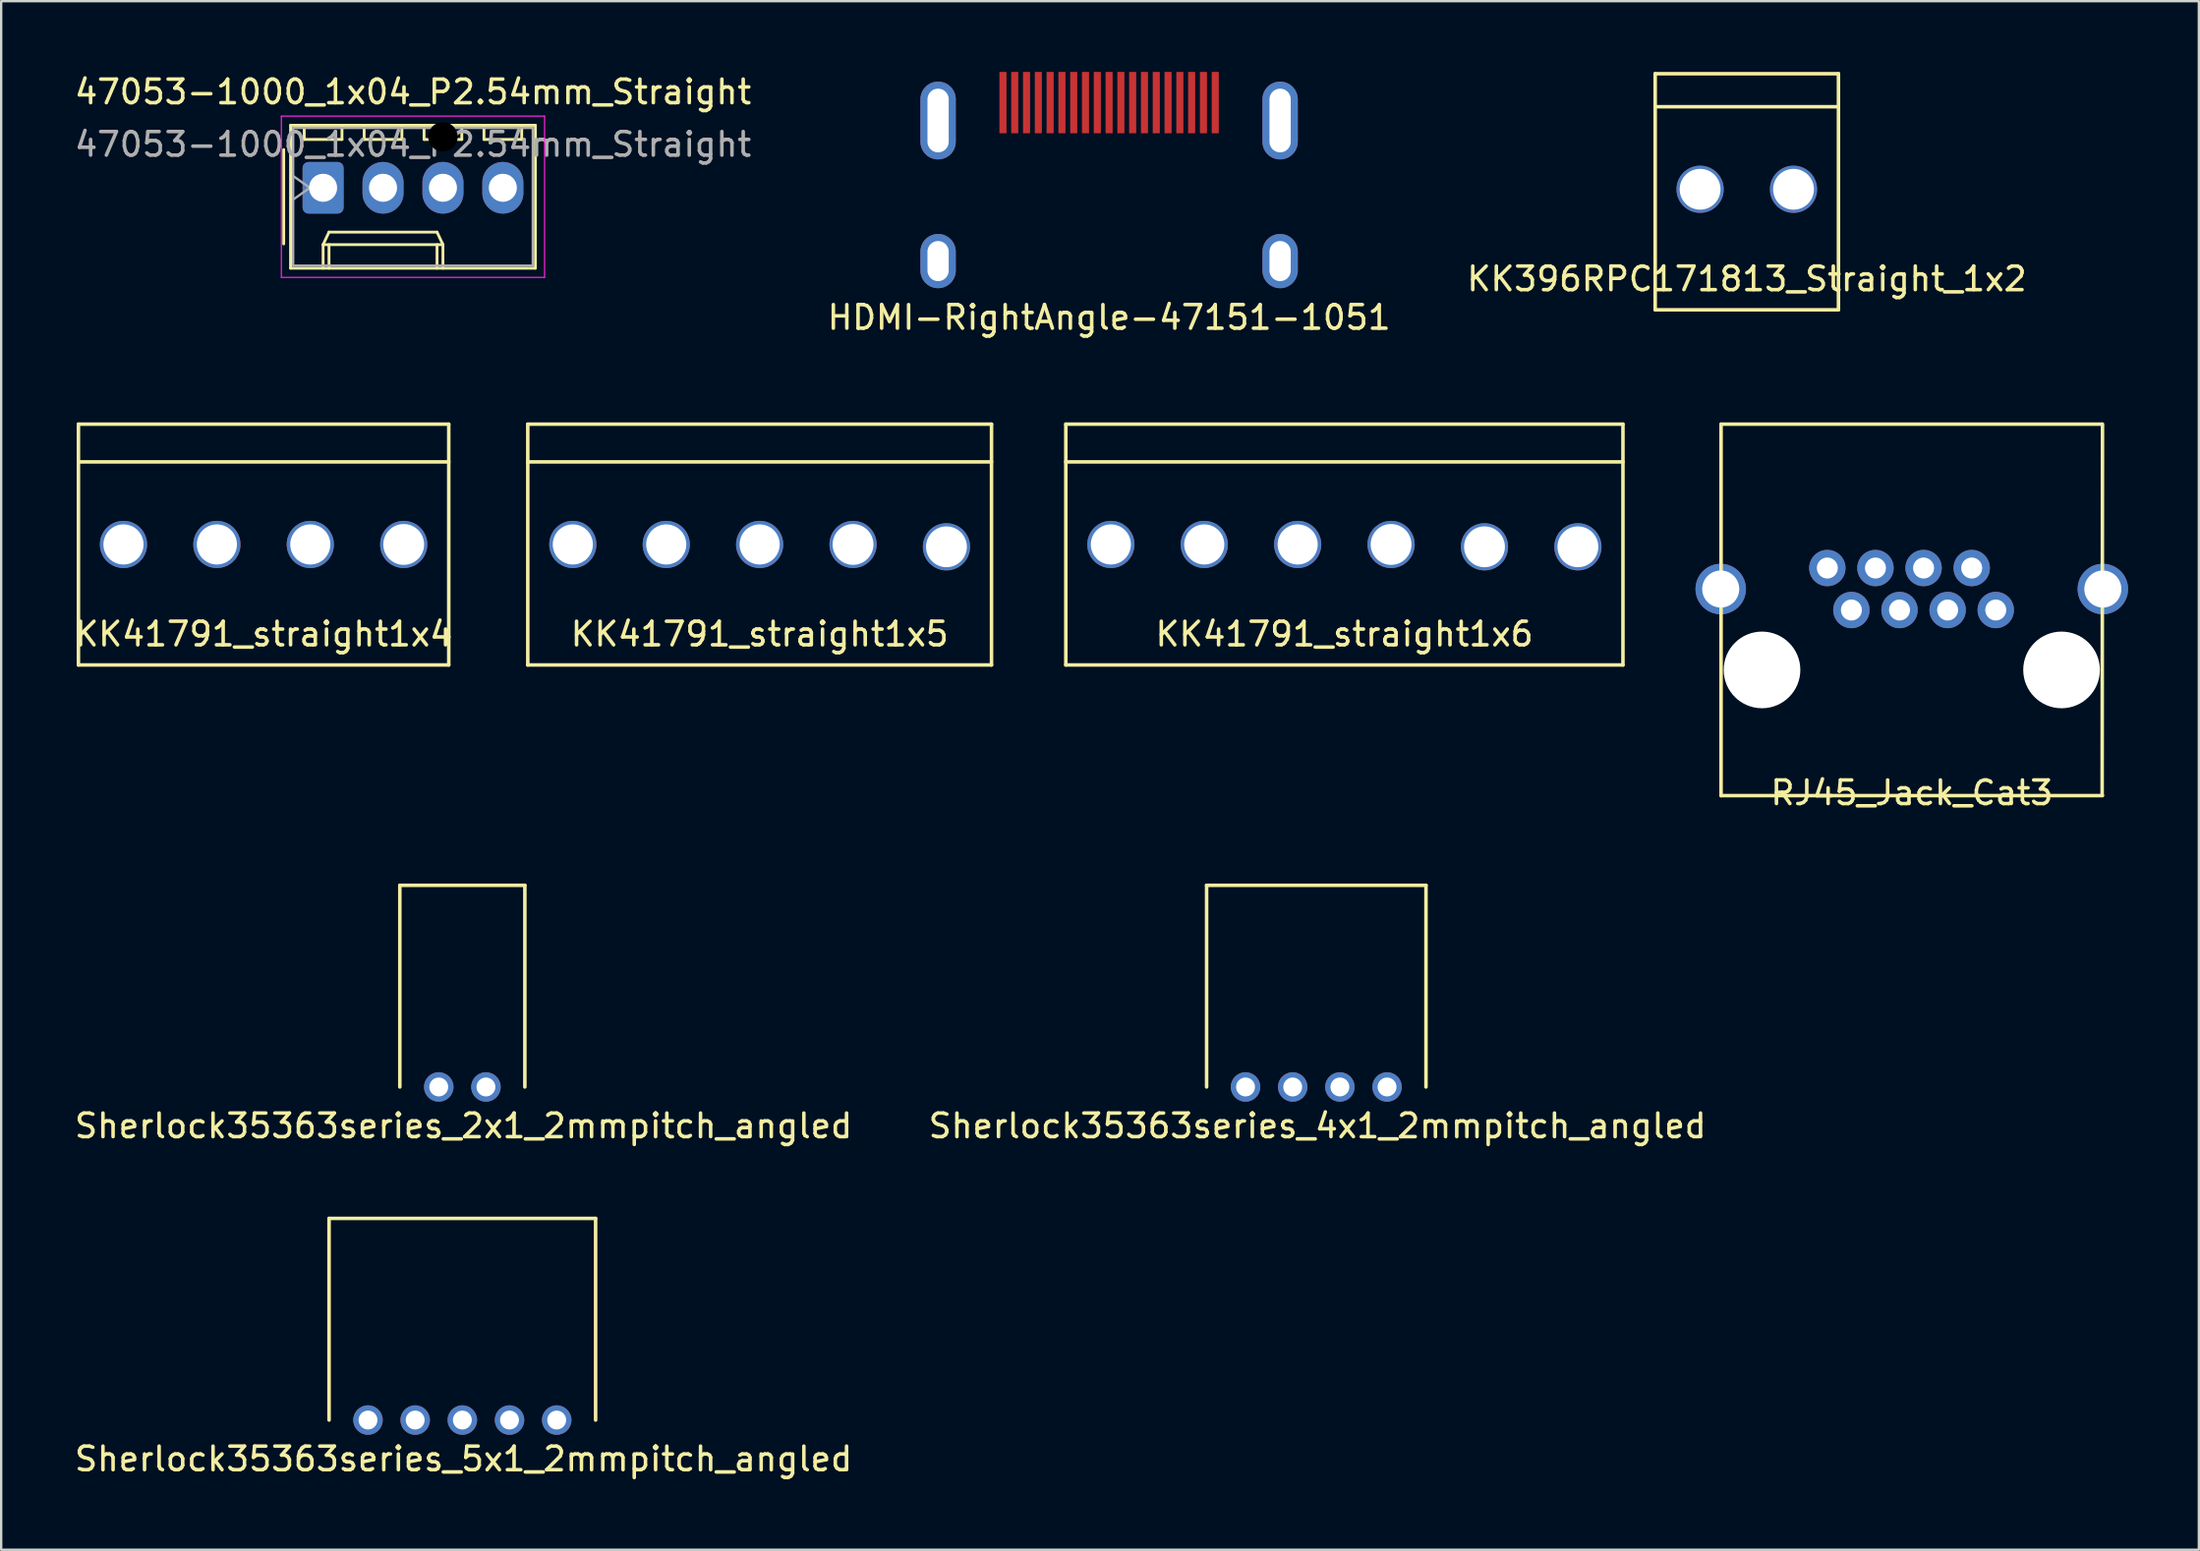
<source format=kicad_pcb>
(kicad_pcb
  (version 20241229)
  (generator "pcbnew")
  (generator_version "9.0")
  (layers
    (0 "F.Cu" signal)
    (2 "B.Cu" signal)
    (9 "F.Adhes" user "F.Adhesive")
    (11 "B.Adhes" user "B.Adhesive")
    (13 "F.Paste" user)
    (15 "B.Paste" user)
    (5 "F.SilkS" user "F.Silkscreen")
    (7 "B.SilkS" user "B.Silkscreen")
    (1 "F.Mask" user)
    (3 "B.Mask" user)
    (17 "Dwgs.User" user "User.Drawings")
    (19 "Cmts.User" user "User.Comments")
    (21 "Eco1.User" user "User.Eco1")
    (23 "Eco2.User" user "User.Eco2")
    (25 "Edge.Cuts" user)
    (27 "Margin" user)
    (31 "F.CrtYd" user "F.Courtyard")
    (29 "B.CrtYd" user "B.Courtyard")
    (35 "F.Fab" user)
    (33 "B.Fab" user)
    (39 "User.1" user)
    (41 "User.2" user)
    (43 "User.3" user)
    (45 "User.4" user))
  (footprint "47053-1000_1x04_P2.54mm_Straight"
    (layer "F.Cu")
    (at 10.648 4.912)
    (property "Reference" "47053-1000_1x04_P2.54mm_Straight" (at 3.81 -4.064 0) (unlocked yes) (layer "F.SilkS") (effects (font (size 1 1) (thickness 0.15))))
    (attr through_hole)
    (fp_line (start -1.67 -1.62) (end -1.67 2.38) (stroke (width 0.12) (type solid)) (layer "F.SilkS"))
    (fp_line (start -1.38 -2.65) (end -1.38 3.41) (stroke (width 0.12) (type solid)) (layer "F.SilkS"))
    (fp_line (start -1.38 3.41) (end 9 3.41) (stroke (width 0.12) (type solid)) (layer "F.SilkS"))
    (fp_line (start -0.8 -2.65) (end -0.8 -2.05) (stroke (width 0.12) (type solid)) (layer "F.SilkS"))
    (fp_line (start -0.8 -2.05) (end 0.8 -2.05) (stroke (width 0.12) (type solid)) (layer "F.SilkS"))
    (fp_line (start 0 2.41) (end 0.25 1.88) (stroke (width 0.12) (type solid)) (layer "F.SilkS"))
    (fp_line (start 0 2.41) (end 5.08 2.41) (stroke (width 0.12) (type solid)) (layer "F.SilkS"))
    (fp_line (start 0 3.41) (end 0 2.41) (stroke (width 0.12) (type solid)) (layer "F.SilkS"))
    (fp_line (start 0.25 1.88) (end 4.83 1.88) (stroke (width 0.12) (type solid)) (layer "F.SilkS"))
    (fp_line (start 0.25 3.41) (end 0.25 2.41) (stroke (width 0.12) (type solid)) (layer "F.SilkS"))
    (fp_line (start 0.8 -2.05) (end 0.8 -2.65) (stroke (width 0.12) (type solid)) (layer "F.SilkS"))
    (fp_line (start 1.74 -2.65) (end 1.74 -2.05) (stroke (width 0.12) (type solid)) (layer "F.SilkS"))
    (fp_line (start 1.74 -2.05) (end 3.34 -2.05) (stroke (width 0.12) (type solid)) (layer "F.SilkS"))
    (fp_line (start 3.34 -2.05) (end 3.34 -2.65) (stroke (width 0.12) (type solid)) (layer "F.SilkS"))
    (fp_line (start 4.28 -2.65) (end 4.28 -2.05) (stroke (width 0.12) (type solid)) (layer "F.SilkS"))
    (fp_line (start 4.28 -2.05) (end 5.88 -2.05) (stroke (width 0.12) (type solid)) (layer "F.SilkS"))
    (fp_line (start 4.83 1.88) (end 5.08 2.41) (stroke (width 0.12) (type solid)) (layer "F.SilkS"))
    (fp_line (start 4.83 3.41) (end 4.83 2.41) (stroke (width 0.12) (type solid)) (layer "F.SilkS"))
    (fp_line (start 5.08 2.41) (end 5.08 3.41) (stroke (width 0.12) (type solid)) (layer "F.SilkS"))
    (fp_line (start 5.88 -2.05) (end 5.88 -2.65) (stroke (width 0.12) (type solid)) (layer "F.SilkS"))
    (fp_line (start 6.82 -2.65) (end 6.82 -2.05) (stroke (width 0.12) (type solid)) (layer "F.SilkS"))
    (fp_line (start 6.82 -2.05) (end 8.42 -2.05) (stroke (width 0.12) (type solid)) (layer "F.SilkS"))
    (fp_line (start 8.42 -2.05) (end 8.42 -2.65) (stroke (width 0.12) (type solid)) (layer "F.SilkS"))
    (fp_line (start 9 -2.65) (end -1.38 -2.65) (stroke (width 0.12) (type solid)) (layer "F.SilkS"))
    (fp_line (start 9 3.41) (end 9 -2.65) (stroke (width 0.12) (type solid)) (layer "F.SilkS"))
    (fp_line (start -1.77 -3.04) (end -1.77 3.8) (stroke (width 0.05) (type solid)) (layer "F.CrtYd"))
    (fp_line (start -1.77 3.8) (end 9.39 3.8) (stroke (width 0.05) (type solid)) (layer "F.CrtYd"))
    (fp_line (start 9.39 -3.04) (end -1.77 -3.04) (stroke (width 0.05) (type solid)) (layer "F.CrtYd"))
    (fp_line (start 9.39 3.8) (end 9.39 -3.04) (stroke (width 0.05) (type solid)) (layer "F.CrtYd"))
    (fp_line (start -1.27 -2.54) (end -1.27 3.3) (stroke (width 0.1) (type solid)) (layer "F.Fab"))
    (fp_line (start -1.27 -0.5) (end -0.563 0) (stroke (width 0.1) (type solid)) (layer "F.Fab"))
    (fp_line (start -1.27 3.3) (end 8.89 3.3) (stroke (width 0.1) (type solid)) (layer "F.Fab"))
    (fp_line (start -0.563 0) (end -1.27 0.5) (stroke (width 0.1) (type solid)) (layer "F.Fab"))
    (fp_line (start 8.89 -2.54) (end -1.27 -2.54) (stroke (width 0.1) (type solid)) (layer "F.Fab"))
    (fp_line (start 8.89 3.3) (end 8.89 -2.54) (stroke (width 0.1) (type solid)) (layer "F.Fab"))
    (fp_text user "${REFERENCE}" (at 3.81 -1.84 0) (layer "F.Fab") (effects (font (size 1 1) (thickness 0.15))))
    (pad "" np_thru_hole circle (at 5.08 -2.16) (size 1.25 1.25) (drill 1.25) (layers "*.Mask"))
    (pad "1" thru_hole roundrect (at 0 0) (size 1.74 2.19) (drill 1.19) (layers "*.Cu" "*.Mask") (roundrect_rratio 0.144))
    (pad "2" thru_hole oval (at 2.54 0) (size 1.74 2.19) (drill 1.19) (layers "*.Cu" "*.Mask"))
    (pad "3" thru_hole oval (at 5.08 0) (size 1.74 2.19) (drill 1.19) (layers "*.Cu" "*.Mask"))
    (pad "4" thru_hole oval (at 7.62 0) (size 1.74 2.19) (drill 1.19) (layers "*.Cu" "*.Mask")))
  (footprint "Sherlock35363series_2x1_2mmpitch_angled"
    (layer "F.Cu")
    (at 16.551 43.038)
    (property "Reference" "Sherlock35363series_2x1_2mmpitch_angled" (at 0.05 1.65 0) (layer "F.SilkS") (effects (font (size 1 1) (thickness 0.15))))
    (attr through_hole)
    (fp_line (start -2.65 -8.55) (end -2.65 0) (stroke (width 0.15) (type solid)) (layer "F.SilkS"))
    (fp_line (start 2.65 -8.55) (end -2.65 -8.55) (stroke (width 0.15) (type solid)) (layer "F.SilkS"))
    (fp_line (start 2.65 0) (end 2.65 -8.55) (stroke (width 0.15) (type solid)) (layer "F.SilkS"))
    (pad "1" thru_hole circle (at -1 0) (size 1.25 1.25) (drill 0.8) (layers "*.Cu" "*.Mask"))
    (pad "2" thru_hole circle (at 1 0) (size 1.25 1.25) (drill 0.8) (layers "*.Cu" "*.Mask")))
  (footprint "KK41791_straight1x5"
    (layer "F.Cu")
    (at 29.155 20.035)
    (property "Reference" "KK41791_straight1x5" (at 0 3.8 0) (layer "F.SilkS") (effects (font (size 1 1) (thickness 0.15))))
    (attr through_hole)
    (fp_line (start -9.83 -5.1) (end -9.83 5.11) (stroke (width 0.15) (type solid)) (layer "F.SilkS"))
    (fp_line (start -9.83 -3.5) (end 9.83 -3.5) (stroke (width 0.15) (type solid)) (layer "F.SilkS"))
    (fp_line (start -9.83 5.11) (end 9.83 5.11) (stroke (width 0.15) (type solid)) (layer "F.SilkS"))
    (fp_line (start 9.83 -5.1) (end -9.83 -5.1) (stroke (width 0.15) (type solid)) (layer "F.SilkS"))
    (fp_line (start 9.83 5.11) (end 9.83 -5.1) (stroke (width 0.15) (type solid)) (layer "F.SilkS"))
    (pad "1" thru_hole circle (at -7.92 0) (size 2 2) (drill 1.7) (layers "*.Cu" "*.Mask"))
    (pad "2" thru_hole circle (at -3.96 0) (size 2 2) (drill 1.7) (layers "*.Cu" "*.Mask"))
    (pad "3" thru_hole circle (at 0 0) (size 2 2) (drill 1.7) (layers "*.Cu" "*.Mask"))
    (pad "4" thru_hole circle (at 3.96 0) (size 2 2) (drill 1.73) (layers "*.Cu" "*.Mask"))
    (pad "5" thru_hole circle (at 7.92 0.1) (size 2 2) (drill 1.73) (layers "*.Cu" "*.Mask")))
  (footprint "KK41791_straight1x6"
    (layer "F.Cu")
    (at 53.945 20.035)
    (property "Reference" "KK41791_straight1x6" (at 0 3.8 0) (layer "F.SilkS") (effects (font (size 1 1) (thickness 0.15))))
    (attr through_hole)
    (fp_line (start -11.81 -5.1) (end -11.81 5.11) (stroke (width 0.15) (type solid)) (layer "F.SilkS"))
    (fp_line (start -11.81 -3.5) (end 11.81 -3.5) (stroke (width 0.15) (type solid)) (layer "F.SilkS"))
    (fp_line (start -11.81 5.11) (end 11.81 5.11) (stroke (width 0.15) (type solid)) (layer "F.SilkS"))
    (fp_line (start 11.81 -5.1) (end -11.81 -5.1) (stroke (width 0.15) (type solid)) (layer "F.SilkS"))
    (fp_line (start 11.81 5.11) (end 11.81 -5.1) (stroke (width 0.15) (type solid)) (layer "F.SilkS"))
    (pad "1" thru_hole circle (at -9.9 0) (size 2 2) (drill 1.7) (layers "*.Cu" "*.Mask"))
    (pad "2" thru_hole circle (at -5.94 0) (size 2 2) (drill 1.7) (layers "*.Cu" "*.Mask"))
    (pad "3" thru_hole circle (at -1.98 0) (size 2 2) (drill 1.7) (layers "*.Cu" "*.Mask"))
    (pad "4" thru_hole circle (at 1.98 0) (size 2 2) (drill 1.73) (layers "*.Cu" "*.Mask"))
    (pad "5" thru_hole circle (at 5.94 0.1) (size 2 2) (drill 1.73) (layers "*.Cu" "*.Mask"))
    (pad "6" thru_hole circle (at 9.9 0.1) (size 2 2) (drill 1.73) (layers "*.Cu" "*.Mask")))
  (footprint "HDMI-RightAngle-47151-1051"
    (layer "F.Cu")
    (at 43.97 11.61)
    (property "Reference" "HDMI-RightAngle-47151-1051" (at 0 -1.2 0) (layer "F.SilkS") (effects (font (size 1 1) (thickness 0.15))))
    (attr through_hole)
    (pad "1" smd rect (at -4.5 -10.31) (size 0.3 2.6) (layers "F.Cu" "F.Mask" "F.Paste"))
    (pad "2" smd rect (at -4 -10.31) (size 0.3 2.6) (layers "F.Cu" "F.Mask" "F.Paste"))
    (pad "3" smd rect (at -3.5 -10.31) (size 0.3 2.6) (layers "F.Cu" "F.Mask" "F.Paste"))
    (pad "4" smd rect (at -3 -10.31) (size 0.3 2.6) (layers "F.Cu" "F.Mask" "F.Paste"))
    (pad "5" smd rect (at -2.5 -10.31) (size 0.3 2.6) (layers "F.Cu" "F.Mask" "F.Paste"))
    (pad "6" smd rect (at -2 -10.31) (size 0.3 2.6) (layers "F.Cu" "F.Mask" "F.Paste"))
    (pad "7" smd rect (at -1.5 -10.31) (size 0.3 2.6) (layers "F.Cu" "F.Mask" "F.Paste"))
    (pad "8" smd rect (at -1 -10.31) (size 0.3 2.6) (layers "F.Cu" "F.Mask" "F.Paste"))
    (pad "9" smd rect (at -0.5 -10.31) (size 0.3 2.6) (layers "F.Cu" "F.Mask" "F.Paste"))
    (pad "10" smd rect (at 0 -10.31) (size 0.3 2.6) (layers "F.Cu" "F.Mask" "F.Paste"))
    (pad "11" smd rect (at 0.5 -10.31) (size 0.3 2.6) (layers "F.Cu" "F.Mask" "F.Paste"))
    (pad "12" smd rect (at 1 -10.31) (size 0.3 2.6) (layers "F.Cu" "F.Mask" "F.Paste"))
    (pad "13" smd rect (at 1.5 -10.31) (size 0.3 2.6) (layers "F.Cu" "F.Mask" "F.Paste"))
    (pad "14" smd rect (at 2 -10.31) (size 0.3 2.6) (layers "F.Cu" "F.Mask" "F.Paste"))
    (pad "15" smd rect (at 2.5 -10.31) (size 0.3 2.6) (layers "F.Cu" "F.Mask" "F.Paste"))
    (pad "16" smd rect (at 3 -10.31) (size 0.3 2.6) (layers "F.Cu" "F.Mask" "F.Paste"))
    (pad "17" smd rect (at 3.5 -10.31) (size 0.3 2.6) (layers "F.Cu" "F.Mask" "F.Paste"))
    (pad "18" smd rect (at 4 -10.31) (size 0.3 2.6) (layers "F.Cu" "F.Mask" "F.Paste"))
    (pad "19" smd rect (at 4.5 -10.31) (size 0.3 2.6) (layers "F.Cu" "F.Mask" "F.Paste"))
    (pad "e" thru_hole oval (at -7.25 -9.55) (size 1.5 3.3) (drill oval 0.9 2.7) (layers "*.Cu" "*.Mask"))
    (pad "e" thru_hole oval (at -7.25 -3.59) (size 1.5 2.3) (drill oval 0.9 1.7) (layers "*.Cu" "*.Mask"))
    (pad "e" thru_hole oval (at 7.25 -9.55) (size 1.5 3.3) (drill oval 0.9 2.7) (layers "*.Cu" "*.Mask"))
    (pad "e" thru_hole oval (at 7.25 -3.59) (size 1.5 2.3) (drill oval 0.9 1.7) (layers "*.Cu" "*.Mask")))
  (footprint "RJ45_Jack_Cat3"
    (layer "F.Cu")
    (at 78 22.815)
    (property "Reference" "RJ45_Jack_Cat3" (at 0 7.75 0) (layer "F.SilkS") (effects (font (size 1 1) (thickness 0.15))))
    (attr through_hole)
    (fp_line (start -8.085 -7.88) (end -8.085 7.87) (stroke (width 0.15) (type solid)) (layer "F.SilkS"))
    (fp_line (start -8.085 -7.88) (end 8.07 -7.88) (stroke (width 0.15) (type solid)) (layer "F.SilkS"))
    (fp_line (start -8.085 7.87) (end 8.085 7.87) (stroke (width 0.15) (type solid)) (layer "F.SilkS"))
    (fp_line (start 8.085 -7.88) (end 8.07 7.85) (stroke (width 0.15) (type solid)) (layer "F.SilkS"))
    (pad "" np_thru_hole circle (at -6.35 2.54) (size 3.25 3.25) (drill 3.25) (layers "*.Cu" "*.Mask"))
    (pad "" np_thru_hole circle (at 6.35 2.54) (size 3.25 3.25) (drill 3.25) (layers "*.Cu" "*.Mask"))
    (pad "1" thru_hole circle (at 3.56 0) (size 1.542 1.542) (drill 0.89) (layers "*.Cu" "*.Mask"))
    (pad "2" thru_hole circle (at 2.54 -1.78) (size 1.542 1.542) (drill 0.89) (layers "*.Cu" "*.Mask"))
    (pad "3" thru_hole circle (at 1.52 0) (size 1.542 1.542) (drill 0.89) (layers "*.Cu" "*.Mask"))
    (pad "4" thru_hole circle (at 0.5 -1.78) (size 1.542 1.542) (drill 0.89) (layers "*.Cu" "*.Mask"))
    (pad "5" thru_hole circle (at -0.52 0) (size 1.542 1.542) (drill 0.89) (layers "*.Cu" "*.Mask"))
    (pad "6" thru_hole circle (at -1.54 -1.78) (size 1.542 1.542) (drill 0.89) (layers "*.Cu" "*.Mask"))
    (pad "7" thru_hole circle (at -2.56 0) (size 1.542 1.542) (drill 0.89) (layers "*.Cu" "*.Mask"))
    (pad "8" thru_hole circle (at -3.58 -1.78) (size 1.542 1.542) (drill 0.89) (layers "*.Cu" "*.Mask"))
    (pad "SH" thru_hole circle (at -8.1 -0.89) (size 2.14 2.14) (drill 1.57) (layers "*.Cu" "*.Mask"))
    (pad "SH" thru_hole circle (at 8.1 -0.89) (size 2.14 2.14) (drill 1.57) (layers "*.Cu" "*.Mask")))
  (footprint "Sherlock35363series_5x1_2mmpitch_angled"
    (layer "F.Cu")
    (at 16.551 57.161)
    (property "Reference" "Sherlock35363series_5x1_2mmpitch_angled" (at 0.05 1.65 0) (layer "F.SilkS") (effects (font (size 1 1) (thickness 0.15))))
    (attr through_hole)
    (fp_line (start -5.65 -8.55) (end -5.65 0) (stroke (width 0.15) (type solid)) (layer "F.SilkS"))
    (fp_line (start 5.65 -8.55) (end -5.65 -8.55) (stroke (width 0.15) (type solid)) (layer "F.SilkS"))
    (fp_line (start 5.65 0) (end 5.65 -8.55) (stroke (width 0.15) (type solid)) (layer "F.SilkS"))
    (pad "1" thru_hole circle (at -4 0) (size 1.25 1.25) (drill 0.8) (layers "*.Cu" "*.Mask"))
    (pad "2" thru_hole circle (at -2 0) (size 1.25 1.25) (drill 0.8) (layers "*.Cu" "*.Mask"))
    (pad "3" thru_hole circle (at 0 0) (size 1.25 1.25) (drill 0.8) (layers "*.Cu" "*.Mask"))
    (pad "4" thru_hole circle (at 2 0) (size 1.25 1.25) (drill 0.8) (layers "*.Cu" "*.Mask"))
    (pad "5" thru_hole circle (at 4 0) (size 1.25 1.25) (drill 0.8) (layers "*.Cu" "*.Mask")))
  (footprint "Sherlock35363series_4x1_2mmpitch_angled"
    (layer "F.Cu")
    (at 52.754 43.038)
    (property "Reference" "Sherlock35363series_4x1_2mmpitch_angled" (at 0.05 1.65 0) (layer "F.SilkS") (effects (font (size 1 1) (thickness 0.15))))
    (attr through_hole)
    (fp_line (start -4.65 -8.55) (end -4.65 0) (stroke (width 0.15) (type solid)) (layer "F.SilkS"))
    (fp_line (start 4.65 -8.55) (end -4.65 -8.55) (stroke (width 0.15) (type solid)) (layer "F.SilkS"))
    (fp_line (start 4.65 0) (end 4.65 -8.55) (stroke (width 0.15) (type solid)) (layer "F.SilkS"))
    (pad "1" thru_hole circle (at -3 0) (size 1.25 1.25) (drill 0.8) (layers "*.Cu" "*.Mask"))
    (pad "2" thru_hole circle (at -1 0) (size 1.25 1.25) (drill 0.8) (layers "*.Cu" "*.Mask"))
    (pad "3" thru_hole circle (at 1 0) (size 1.25 1.25) (drill 0.8) (layers "*.Cu" "*.Mask"))
    (pad "4" thru_hole circle (at 3 0) (size 1.25 1.25) (drill 0.8) (layers "*.Cu" "*.Mask")))
  (footprint "KK41791_straight1x4"
    (layer "F.Cu")
    (at 8.125 20.035)
    (property "Reference" "KK41791_straight1x4" (at 0 3.8 0) (layer "F.SilkS") (effects (font (size 1 1) (thickness 0.15))))
    (attr through_hole)
    (fp_line (start -7.85 -5.1) (end -7.85 5.11) (stroke (width 0.15) (type solid)) (layer "F.SilkS"))
    (fp_line (start -7.85 -3.5) (end 7.85 -3.5) (stroke (width 0.15) (type solid)) (layer "F.SilkS"))
    (fp_line (start -7.85 5.11) (end 7.85 5.11) (stroke (width 0.15) (type solid)) (layer "F.SilkS"))
    (fp_line (start 7.85 -5.1) (end -7.85 -5.1) (stroke (width 0.15) (type solid)) (layer "F.SilkS"))
    (fp_line (start 7.85 5.11) (end 7.85 -5.1) (stroke (width 0.15) (type solid)) (layer "F.SilkS"))
    (pad "1" thru_hole circle (at -5.94 0) (size 2 2) (drill 1.7) (layers "*.Cu" "*.Mask"))
    (pad "2" thru_hole circle (at -1.98 0) (size 2 2) (drill 1.7) (layers "*.Cu" "*.Mask"))
    (pad "3" thru_hole circle (at 1.98 0) (size 2 2) (drill 1.7) (layers "*.Cu" "*.Mask"))
    (pad "4" thru_hole circle (at 5.94 0) (size 2 2) (drill 1.73) (layers "*.Cu" "*.Mask")))
  (footprint "KK396RPC171813_Straight_1x2"
    (layer "F.Cu")
    (at 71.006 4.975)
    (property "Reference" "KK396RPC171813_Straight_1x2" (at 0 3.8 0) (layer "F.SilkS") (effects (font (size 1 1) (thickness 0.15))))
    (attr through_hole)
    (fp_line (start -3.885 -4.9) (end -3.885 5.11) (stroke (width 0.15) (type solid)) (layer "F.SilkS"))
    (fp_line (start -3.885 -3.5) (end 3.885 -3.5) (stroke (width 0.15) (type solid)) (layer "F.SilkS"))
    (fp_line (start -3.885 5.11) (end 3.885 5.11) (stroke (width 0.15) (type solid)) (layer "F.SilkS"))
    (fp_line (start 3.885 -4.9) (end -3.885 -4.9) (stroke (width 0.15) (type solid)) (layer "F.SilkS"))
    (fp_line (start 3.885 5.11) (end 3.885 -4.9) (stroke (width 0.15) (type solid)) (layer "F.SilkS"))
    (pad "1" thru_hole circle (at -1.98 0) (size 2 2) (drill 1.73) (layers "*.Cu" "*.Mask"))
    (pad "2" thru_hole circle (at 1.98 0) (size 2 2) (drill 1.73) (layers "*.Cu" "*.Mask")))
  (gr_rect
    (start -3 -3)
    (end 90.17 62.66)
    (stroke (width 0.1) (type default))
    (fill no)
    (layer "Edge.Cuts")))
</source>
